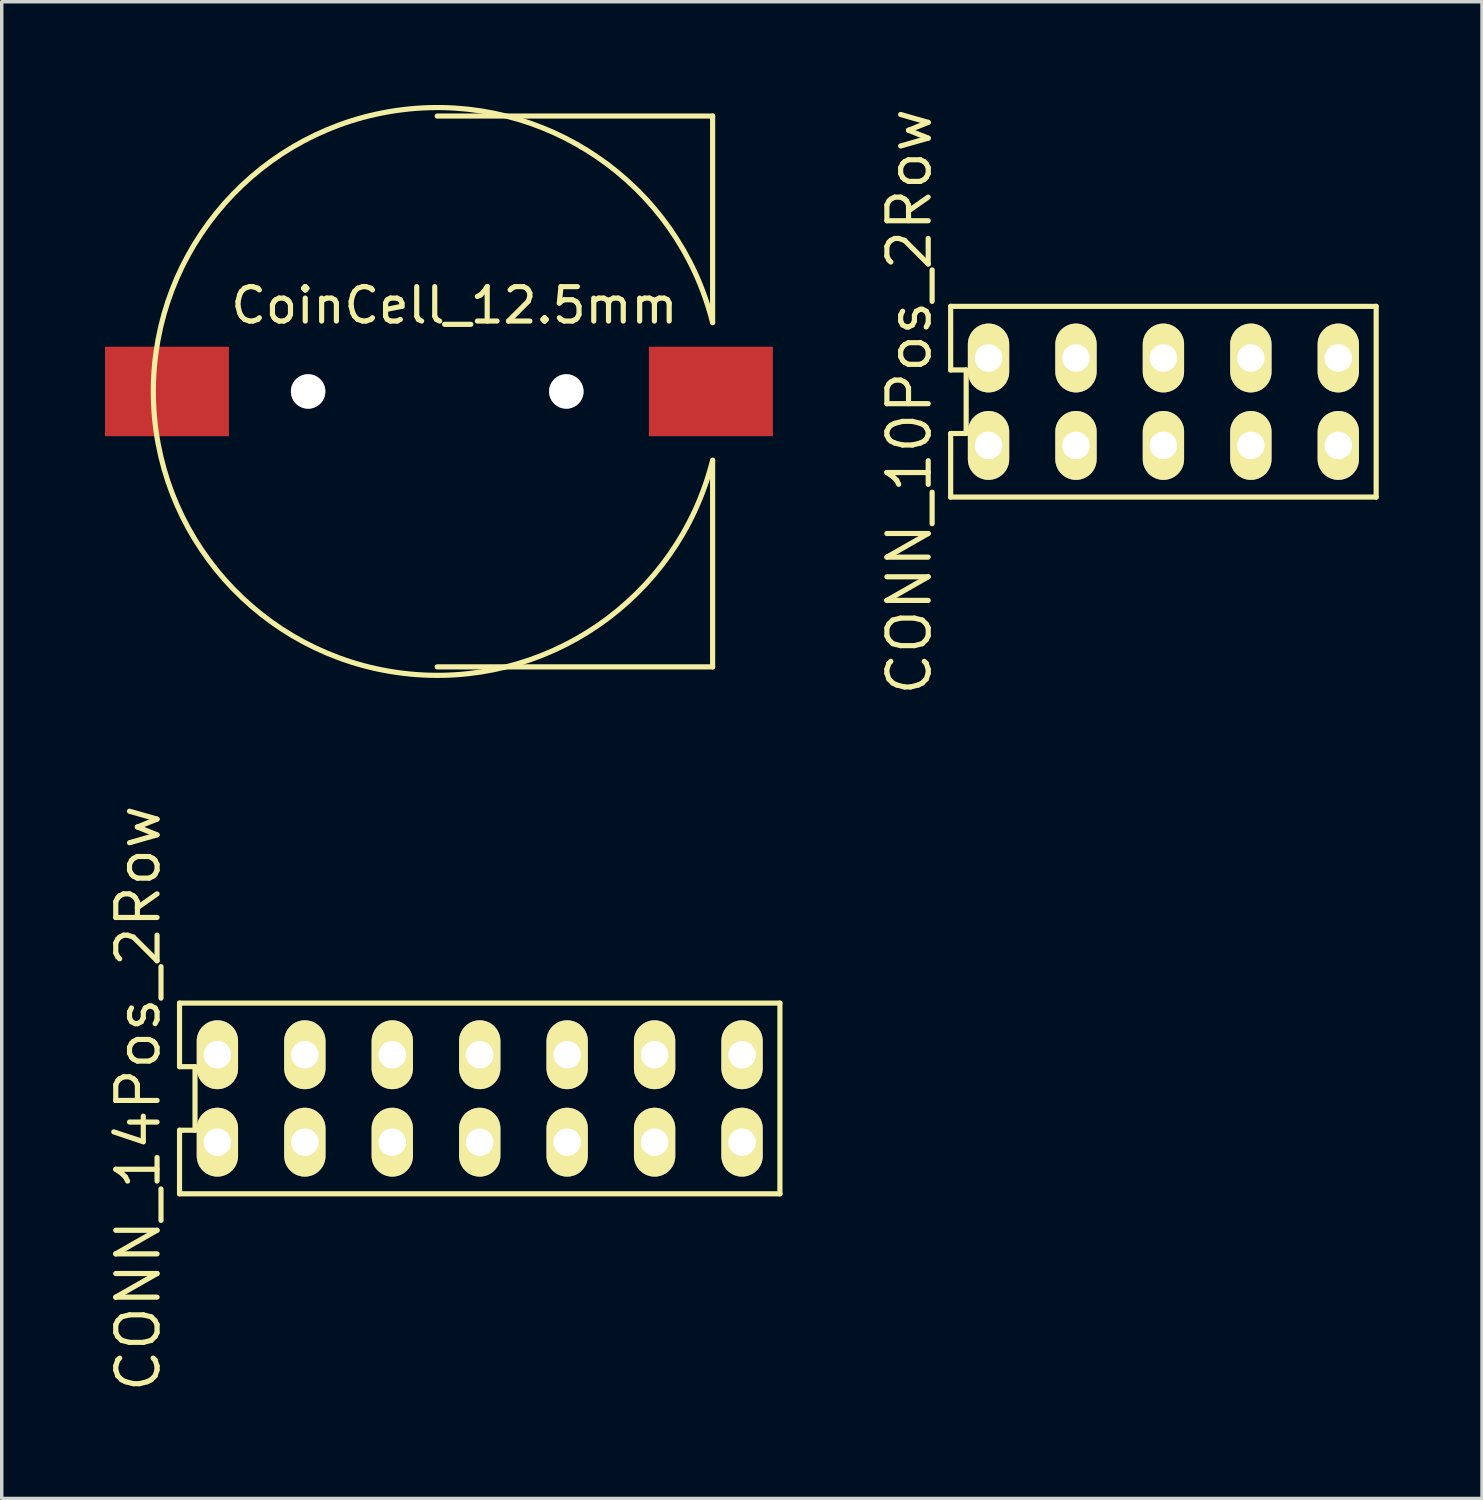
<source format=kicad_pcb>
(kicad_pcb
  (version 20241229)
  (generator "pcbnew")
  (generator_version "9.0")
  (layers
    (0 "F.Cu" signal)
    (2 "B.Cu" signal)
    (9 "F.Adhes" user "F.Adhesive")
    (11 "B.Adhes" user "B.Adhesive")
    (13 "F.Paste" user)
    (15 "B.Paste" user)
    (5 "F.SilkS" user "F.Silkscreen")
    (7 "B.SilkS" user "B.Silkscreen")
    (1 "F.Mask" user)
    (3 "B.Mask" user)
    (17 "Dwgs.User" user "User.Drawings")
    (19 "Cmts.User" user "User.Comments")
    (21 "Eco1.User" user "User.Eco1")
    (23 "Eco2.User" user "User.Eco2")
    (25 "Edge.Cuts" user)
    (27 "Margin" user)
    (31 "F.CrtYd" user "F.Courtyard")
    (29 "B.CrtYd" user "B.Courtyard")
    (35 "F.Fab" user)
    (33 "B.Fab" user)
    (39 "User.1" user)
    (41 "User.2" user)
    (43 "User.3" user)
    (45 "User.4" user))
  (footprint "CoinCell_12.5mm"
    (layer "F.Cu")
    (at 9.65 8.321)
    (property "Reference" "CoinCell_12.5mm" (at 0.5 -2.5 0) (layer "F.SilkS") (effects (font (size 1 1) (thickness 0.15))))
    (attr through_hole)
    (fp_line (start 0 -8) (end 8 -8) (stroke (width 0.15) (type solid)) (layer "F.SilkS"))
    (fp_line (start 8 -8) (end 8 -2) (stroke (width 0.15) (type solid)) (layer "F.SilkS"))
    (fp_line (start 8 2) (end 8 8) (stroke (width 0.15) (type solid)) (layer "F.SilkS"))
    (fp_line (start 8 8) (end 0 8) (stroke (width 0.15) (type solid)) (layer "F.SilkS"))
    (fp_arc (start 8 2) (mid -8.246211 0) (end 8 -2) (stroke (width 0.15) (type solid)) (layer "F.SilkS"))
    (pad "" thru_hole circle (at -3.75 0) (size 1 1) (drill 1) (layers "*.Cu" "*.Mask"))
    (pad "" thru_hole circle (at 3.75 0) (size 1 1) (drill 1) (layers "*.Cu" "*.Mask"))
    (pad "1" smd rect (at 7.95 0) (size 3.6 2.6) (layers "F.Cu" "F.Mask" "F.Paste"))
    (pad "2" smd rect (at -7.85 0) (size 3.6 2.6) (layers "F.Cu" "F.Mask" "F.Paste")))
  (footprint "CONN_10Pos_2Row"
    (layer "F.Cu")
    (at 30.745 8.619)
    (property "Reference" "CONN_10Pos_2Row" (at -7.38 0 90) (layer "F.SilkS") (effects (font (size 1.2 1.2) (thickness 0.15))))
    (attr through_hole)
    (fp_line (start -6.18 -2.77) (end -6.18 -0.923) (stroke (width 0.15) (type solid)) (layer "F.SilkS"))
    (fp_line (start -6.18 -0.923) (end -5.73 -0.923) (stroke (width 0.15) (type solid)) (layer "F.SilkS"))
    (fp_line (start -6.18 0.923) (end -6.18 2.77) (stroke (width 0.15) (type solid)) (layer "F.SilkS"))
    (fp_line (start -6.18 2.77) (end 6.18 2.77) (stroke (width 0.15) (type solid)) (layer "F.SilkS"))
    (fp_line (start -5.73 -0.923) (end -5.73 0.923) (stroke (width 0.15) (type solid)) (layer "F.SilkS"))
    (fp_line (start -5.73 0.923) (end -6.18 0.923) (stroke (width 0.15) (type solid)) (layer "F.SilkS"))
    (fp_line (start 6.18 -2.77) (end -6.18 -2.77) (stroke (width 0.15) (type solid)) (layer "F.SilkS"))
    (fp_line (start 6.18 2.77) (end 6.18 -2.77) (stroke (width 0.15) (type solid)) (layer "F.SilkS"))
    (pad "1" thru_hole oval (at -5.08 1.27) (size 1.2 2) (drill 0.8) (layers "*.Cu" "*.Mask" "F.SilkS"))
    (pad "2" thru_hole oval (at -5.08 -1.27) (size 1.2 2) (drill 0.8) (layers "*.Cu" "*.Mask" "F.SilkS"))
    (pad "3" thru_hole oval (at -2.54 1.27) (size 1.2 2) (drill 0.8) (layers "*.Cu" "*.Mask" "F.SilkS"))
    (pad "4" thru_hole oval (at -2.54 -1.27) (size 1.2 2) (drill 0.8) (layers "*.Cu" "*.Mask" "F.SilkS"))
    (pad "5" thru_hole oval (at 0 1.27) (size 1.2 2) (drill 0.8) (layers "*.Cu" "*.Mask" "F.SilkS"))
    (pad "6" thru_hole oval (at 0 -1.27) (size 1.2 2) (drill 0.8) (layers "*.Cu" "*.Mask" "F.SilkS"))
    (pad "7" thru_hole oval (at 2.54 1.27) (size 1.2 2) (drill 0.8) (layers "*.Cu" "*.Mask" "F.SilkS"))
    (pad "8" thru_hole oval (at 2.54 -1.27) (size 1.2 2) (drill 0.8) (layers "*.Cu" "*.Mask" "F.SilkS"))
    (pad "9" thru_hole oval (at 5.08 1.27) (size 1.2 2) (drill 0.8) (layers "*.Cu" "*.Mask" "F.SilkS"))
    (pad "10" thru_hole oval (at 5.08 -1.27) (size 1.2 2) (drill 0.8) (layers "*.Cu" "*.Mask" "F.SilkS")))
  (footprint "CONN_14Pos_2Row"
    (layer "F.Cu")
    (at 10.885 28.858)
    (property "Reference" "CONN_14Pos_2Row" (at -9.92 0 90) (layer "F.SilkS") (effects (font (size 1.2 1.2) (thickness 0.15))))
    (attr through_hole)
    (fp_line (start -8.72 -2.77) (end -8.72 -0.923) (stroke (width 0.15) (type solid)) (layer "F.SilkS"))
    (fp_line (start -8.72 -0.923) (end -8.27 -0.923) (stroke (width 0.15) (type solid)) (layer "F.SilkS"))
    (fp_line (start -8.72 0.923) (end -8.72 2.77) (stroke (width 0.15) (type solid)) (layer "F.SilkS"))
    (fp_line (start -8.72 2.77) (end 8.72 2.77) (stroke (width 0.15) (type solid)) (layer "F.SilkS"))
    (fp_line (start -8.27 -0.923) (end -8.27 0.923) (stroke (width 0.15) (type solid)) (layer "F.SilkS"))
    (fp_line (start -8.27 0.923) (end -8.72 0.923) (stroke (width 0.15) (type solid)) (layer "F.SilkS"))
    (fp_line (start 8.72 -2.77) (end -8.72 -2.77) (stroke (width 0.15) (type solid)) (layer "F.SilkS"))
    (fp_line (start 8.72 2.77) (end 8.72 -2.77) (stroke (width 0.15) (type solid)) (layer "F.SilkS"))
    (pad "1" thru_hole oval (at -7.62 1.27) (size 1.2 2) (drill 0.8) (layers "*.Cu" "*.Mask" "F.SilkS"))
    (pad "2" thru_hole oval (at -7.62 -1.27) (size 1.2 2) (drill 0.8) (layers "*.Cu" "*.Mask" "F.SilkS"))
    (pad "3" thru_hole oval (at -5.08 1.27) (size 1.2 2) (drill 0.8) (layers "*.Cu" "*.Mask" "F.SilkS"))
    (pad "4" thru_hole oval (at -5.08 -1.27) (size 1.2 2) (drill 0.8) (layers "*.Cu" "*.Mask" "F.SilkS"))
    (pad "5" thru_hole oval (at -2.54 1.27) (size 1.2 2) (drill 0.8) (layers "*.Cu" "*.Mask" "F.SilkS"))
    (pad "6" thru_hole oval (at -2.54 -1.27) (size 1.2 2) (drill 0.8) (layers "*.Cu" "*.Mask" "F.SilkS"))
    (pad "7" thru_hole oval (at 0 1.27) (size 1.2 2) (drill 0.8) (layers "*.Cu" "*.Mask" "F.SilkS"))
    (pad "8" thru_hole oval (at 0 -1.27) (size 1.2 2) (drill 0.8) (layers "*.Cu" "*.Mask" "F.SilkS"))
    (pad "9" thru_hole oval (at 2.54 1.27) (size 1.2 2) (drill 0.8) (layers "*.Cu" "*.Mask" "F.SilkS"))
    (pad "10" thru_hole oval (at 2.54 -1.27) (size 1.2 2) (drill 0.8) (layers "*.Cu" "*.Mask" "F.SilkS"))
    (pad "11" thru_hole oval (at 5.08 1.27) (size 1.2 2) (drill 0.8) (layers "*.Cu" "*.Mask" "F.SilkS"))
    (pad "12" thru_hole oval (at 5.08 -1.27) (size 1.2 2) (drill 0.8) (layers "*.Cu" "*.Mask" "F.SilkS"))
    (pad "13" thru_hole oval (at 7.62 1.27) (size 1.2 2) (drill 0.8) (layers "*.Cu" "*.Mask" "F.SilkS"))
    (pad "14" thru_hole oval (at 7.62 -1.27) (size 1.2 2) (drill 0.8) (layers "*.Cu" "*.Mask" "F.SilkS")))
  (gr_rect
    (start -3 -3)
    (end 40 40.477)
    (stroke (width 0.1) (type default))
    (fill no)
    (layer "Edge.Cuts")))
</source>
